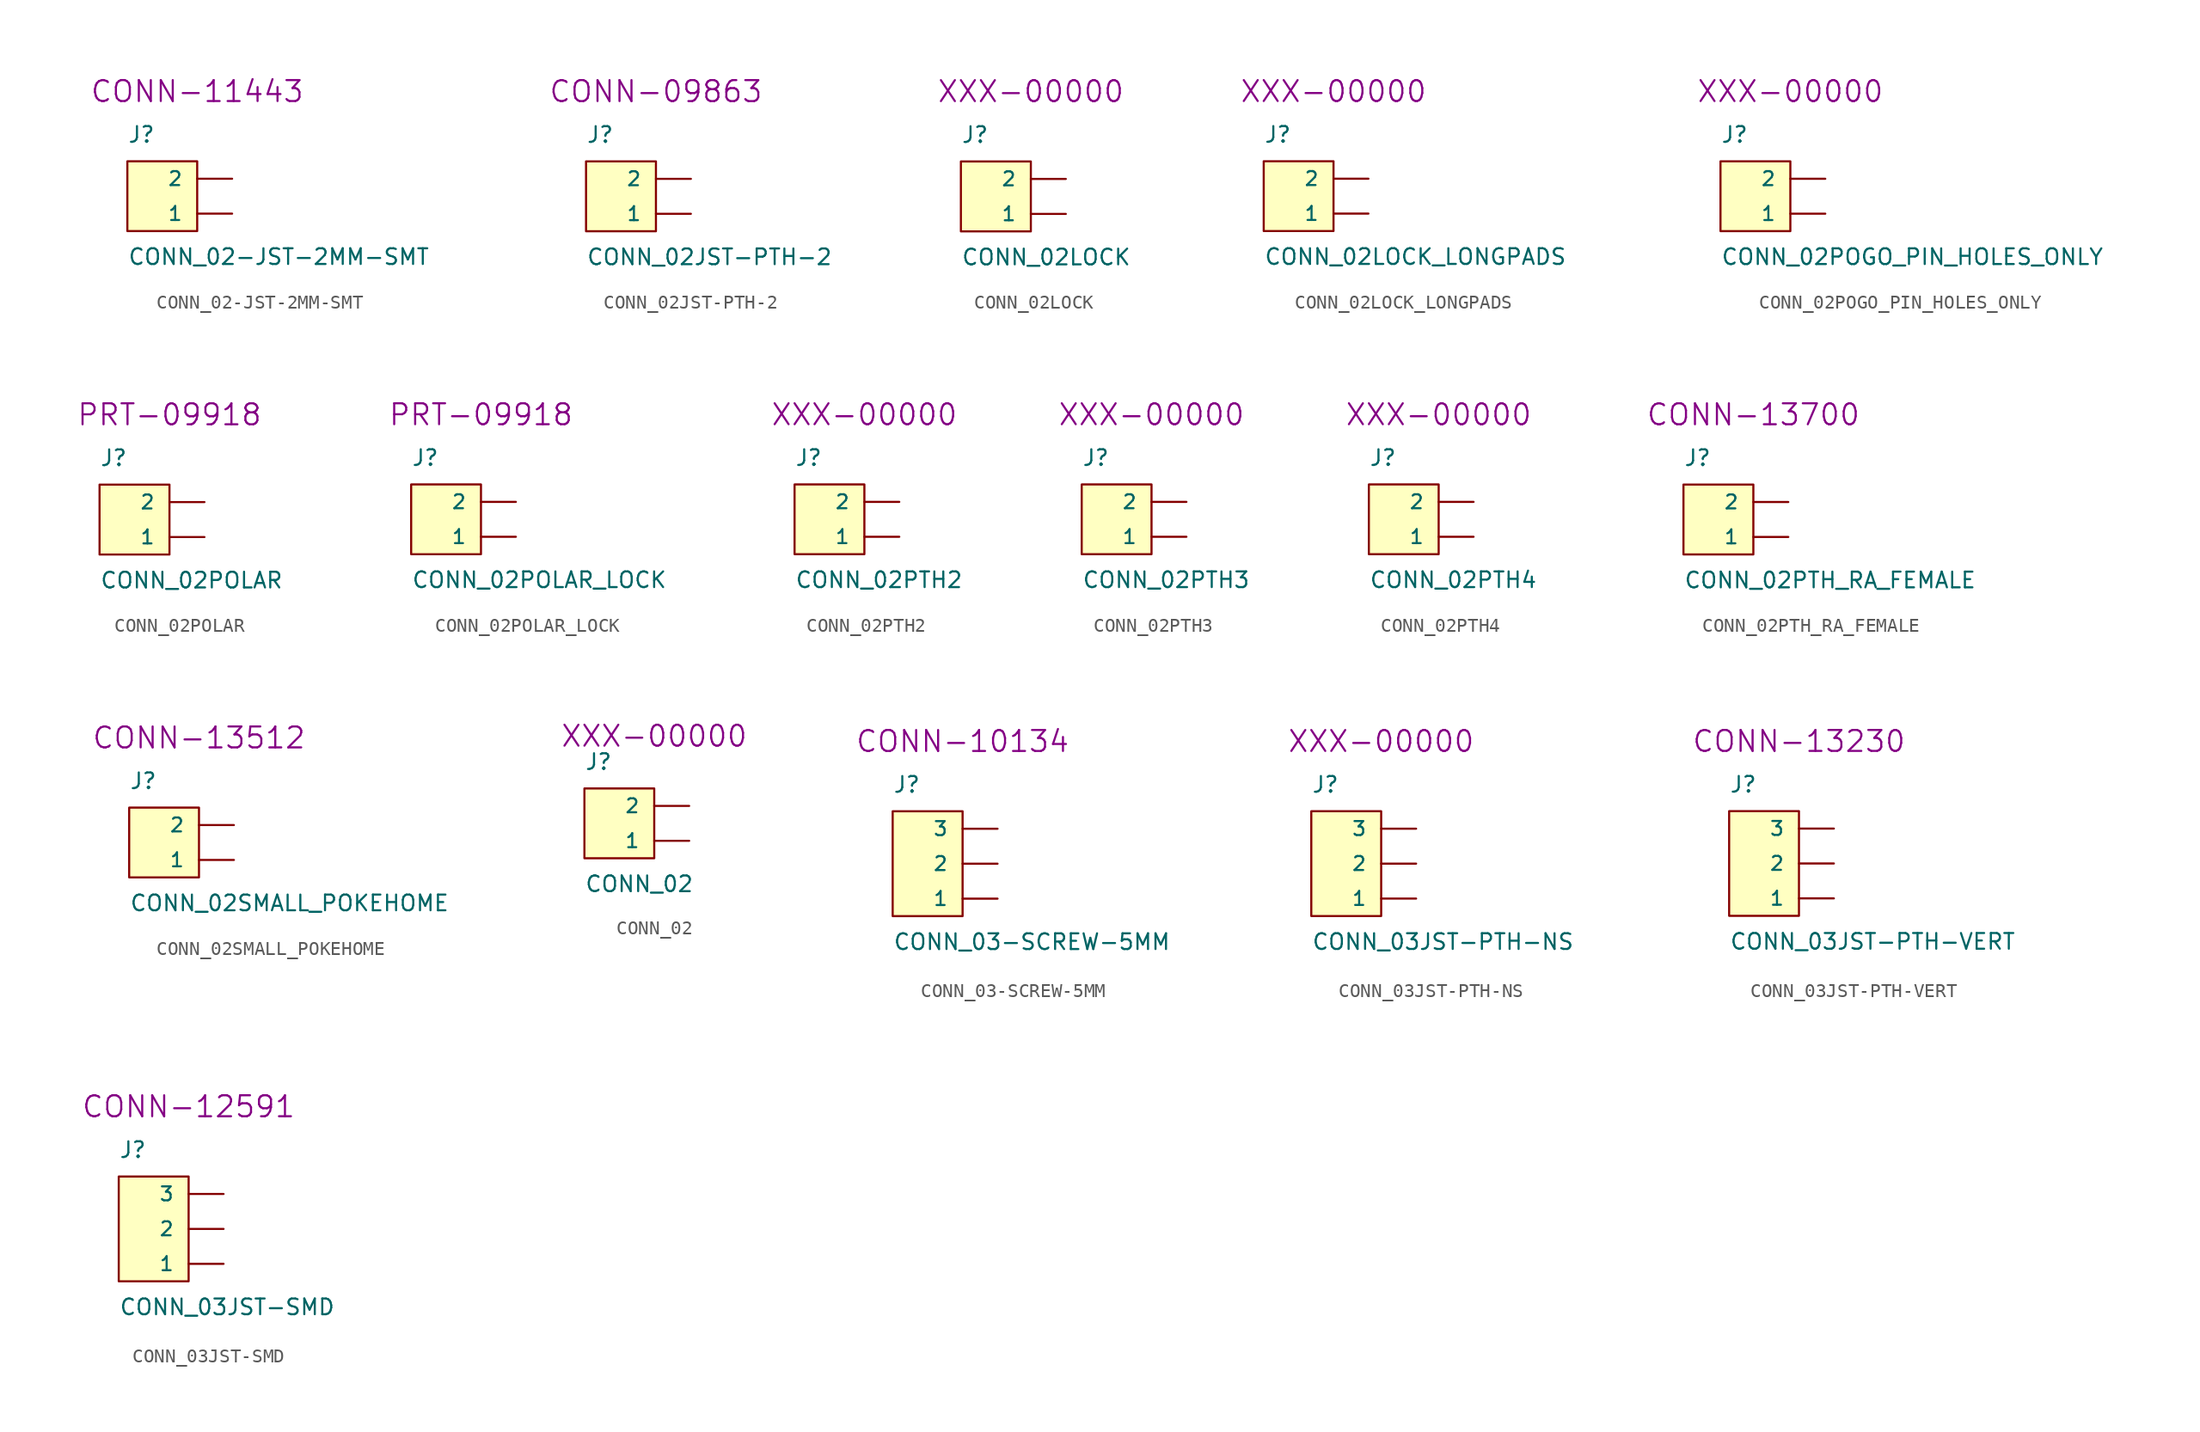
<source format=kicad_sym>
(kicad_symbol_lib
  (version 20201005)
  (generator kicad_symbol_editor)
  (symbol "CONN_02-JST-2MM-SMT"
    (pin_numbers hide)
    (pin_names
      (offset 1.016))
    (property "Reference" "J"
      (at -5.08 5.08 0)
      (effects (font (size 1.143 1.143)) (justify left bottom)))
    (property "Value" "CONN_02-JST-2MM-SMT"
      (at -5.08 -3.81 0)
      (effects (font (size 1.143 1.143)) (justify left bottom)))
    (property "Field4" "CONN-11443"
      (at 0 8.89 0)
      (effects (font (size 1.524 1.524))))
    (property "ki_locked" ""
      (at 0 0 0)
      (effects (font (size 1.27 1.27))))
    (symbol "CONN_02-JST-2MM-SMT_1_0"
      (rectangle (start 0 -1.27) (end -5.08 3.81) (stroke (width 0)) (fill (type background))))
    (symbol "CONN_02-JST-2MM-SMT_1_1"
      (pin passive line (at 2.54 0 180) (length 2.54) (name "1" (effects (font (size 1.016 1.016)))) (number "1" (effects (font (size 1.016 1.016)))))
      (pin passive line (at 2.54 2.54 180) (length 2.54) (name "2" (effects (font (size 1.016 1.016)))) (number "2" (effects (font (size 1.016 1.016)))))))
  (symbol "CONN_02JST-PTH-2"
    (pin_numbers hide)
    (pin_names
      (offset 1.016))
    (property "Reference" "J"
      (at -5.08 5.08 0)
      (effects (font (size 1.143 1.143)) (justify left bottom)))
    (property "Value" "CONN_02JST-PTH-2"
      (at -5.08 -3.81 0)
      (effects (font (size 1.143 1.143)) (justify left bottom)))
    (property "Field4" "CONN-09863"
      (at 0 8.89 0)
      (effects (font (size 1.524 1.524))))
    (property "ki_locked" ""
      (at 0 0 0)
      (effects (font (size 1.27 1.27))))
    (symbol "CONN_02JST-PTH-2_1_0"
      (rectangle (start 0 -1.27) (end -5.08 3.81) (stroke (width 0)) (fill (type background))))
    (symbol "CONN_02JST-PTH-2_1_1"
      (pin passive line (at 2.54 0 180) (length 2.54) (name "1" (effects (font (size 1.016 1.016)))) (number "1" (effects (font (size 1.016 1.016)))))
      (pin passive line (at 2.54 2.54 180) (length 2.54) (name "2" (effects (font (size 1.016 1.016)))) (number "2" (effects (font (size 1.016 1.016)))))))
  (symbol "CONN_02LOCK"
    (pin_numbers hide)
    (pin_names
      (offset 1.016))
    (property "Reference" "J"
      (at -5.08 5.08 0)
      (effects (font (size 1.143 1.143)) (justify left bottom)))
    (property "Value" "CONN_02LOCK"
      (at -5.08 -3.81 0)
      (effects (font (size 1.143 1.143)) (justify left bottom)))
    (property "Field4" "XXX-00000"
      (at 0 8.89 0)
      (effects (font (size 1.524 1.524))))
    (property "ki_locked" ""
      (at 0 0 0)
      (effects (font (size 1.27 1.27))))
    (symbol "CONN_02LOCK_1_0"
      (rectangle (start 0 -1.27) (end -5.08 3.81) (stroke (width 0)) (fill (type background))))
    (symbol "CONN_02LOCK_1_1"
      (pin passive line (at 2.54 0 180) (length 2.54) (name "1" (effects (font (size 1.016 1.016)))) (number "1" (effects (font (size 1.016 1.016)))))
      (pin passive line (at 2.54 2.54 180) (length 2.54) (name "2" (effects (font (size 1.016 1.016)))) (number "2" (effects (font (size 1.016 1.016)))))))
  (symbol "CONN_02LOCK_LONGPADS"
    (pin_numbers hide)
    (pin_names
      (offset 1.016))
    (property "Reference" "J"
      (at -5.08 5.08 0)
      (effects (font (size 1.143 1.143)) (justify left bottom)))
    (property "Value" "CONN_02LOCK_LONGPADS"
      (at -5.08 -3.81 0)
      (effects (font (size 1.143 1.143)) (justify left bottom)))
    (property "Field4" "XXX-00000"
      (at 0 8.89 0)
      (effects (font (size 1.524 1.524))))
    (property "ki_locked" ""
      (at 0 0 0)
      (effects (font (size 1.27 1.27))))
    (symbol "CONN_02LOCK_LONGPADS_1_0"
      (rectangle (start 0 -1.27) (end -5.08 3.81) (stroke (width 0)) (fill (type background))))
    (symbol "CONN_02LOCK_LONGPADS_1_1"
      (pin passive line (at 2.54 0 180) (length 2.54) (name "1" (effects (font (size 1.016 1.016)))) (number "1" (effects (font (size 1.016 1.016)))))
      (pin passive line (at 2.54 2.54 180) (length 2.54) (name "2" (effects (font (size 1.016 1.016)))) (number "2" (effects (font (size 1.016 1.016)))))))
  (symbol "CONN_02POGO_PIN_HOLES_ONLY"
    (pin_numbers hide)
    (pin_names
      (offset 1.016))
    (property "Reference" "J"
      (at -5.08 5.08 0)
      (effects (font (size 1.143 1.143)) (justify left bottom)))
    (property "Value" "CONN_02POGO_PIN_HOLES_ONLY"
      (at -5.08 -3.81 0)
      (effects (font (size 1.143 1.143)) (justify left bottom)))
    (property "Field4" "XXX-00000"
      (at 0 8.89 0)
      (effects (font (size 1.524 1.524))))
    (property "ki_locked" ""
      (at 0 0 0)
      (effects (font (size 1.27 1.27))))
    (symbol "CONN_02POGO_PIN_HOLES_ONLY_1_0"
      (rectangle (start 0 -1.27) (end -5.08 3.81) (stroke (width 0)) (fill (type background))))
    (symbol "CONN_02POGO_PIN_HOLES_ONLY_1_1"
      (pin passive line (at 2.54 0 180) (length 2.54) (name "1" (effects (font (size 1.016 1.016)))) (number "1" (effects (font (size 1.016 1.016)))))
      (pin passive line (at 2.54 2.54 180) (length 2.54) (name "2" (effects (font (size 1.016 1.016)))) (number "2" (effects (font (size 1.016 1.016)))))))
  (symbol "CONN_02POLAR"
    (pin_numbers hide)
    (pin_names
      (offset 1.016))
    (property "Reference" "J"
      (at -5.08 5.08 0)
      (effects (font (size 1.143 1.143)) (justify left bottom)))
    (property "Value" "CONN_02POLAR"
      (at -5.08 -3.81 0)
      (effects (font (size 1.143 1.143)) (justify left bottom)))
    (property "Field4" "PRT-09918"
      (at 0 8.89 0)
      (effects (font (size 1.524 1.524))))
    (property "ki_locked" ""
      (at 0 0 0)
      (effects (font (size 1.27 1.27))))
    (symbol "CONN_02POLAR_1_0"
      (rectangle (start 0 -1.27) (end -5.08 3.81) (stroke (width 0)) (fill (type background))))
    (symbol "CONN_02POLAR_1_1"
      (pin passive line (at 2.54 0 180) (length 2.54) (name "1" (effects (font (size 1.016 1.016)))) (number "1" (effects (font (size 1.016 1.016)))))
      (pin passive line (at 2.54 2.54 180) (length 2.54) (name "2" (effects (font (size 1.016 1.016)))) (number "2" (effects (font (size 1.016 1.016)))))))
  (symbol "CONN_02POLAR_LOCK"
    (pin_numbers hide)
    (pin_names
      (offset 1.016))
    (property "Reference" "J"
      (at -5.08 5.08 0)
      (effects (font (size 1.143 1.143)) (justify left bottom)))
    (property "Value" "CONN_02POLAR_LOCK"
      (at -5.08 -3.81 0)
      (effects (font (size 1.143 1.143)) (justify left bottom)))
    (property "Field4" "PRT-09918"
      (at 0 8.89 0)
      (effects (font (size 1.524 1.524))))
    (property "ki_locked" ""
      (at 0 0 0)
      (effects (font (size 1.27 1.27))))
    (symbol "CONN_02POLAR_LOCK_1_0"
      (rectangle (start 0 -1.27) (end -5.08 3.81) (stroke (width 0)) (fill (type background))))
    (symbol "CONN_02POLAR_LOCK_1_1"
      (pin passive line (at 2.54 0 180) (length 2.54) (name "1" (effects (font (size 1.016 1.016)))) (number "1" (effects (font (size 1.016 1.016)))))
      (pin passive line (at 2.54 2.54 180) (length 2.54) (name "2" (effects (font (size 1.016 1.016)))) (number "2" (effects (font (size 1.016 1.016)))))))
  (symbol "CONN_02PTH2"
    (pin_numbers hide)
    (pin_names
      (offset 1.016))
    (property "Reference" "J"
      (at -5.08 5.08 0)
      (effects (font (size 1.143 1.143)) (justify left bottom)))
    (property "Value" "CONN_02PTH2"
      (at -5.08 -3.81 0)
      (effects (font (size 1.143 1.143)) (justify left bottom)))
    (property "Field4" "XXX-00000"
      (at 0 8.89 0)
      (effects (font (size 1.524 1.524))))
    (property "ki_locked" ""
      (at 0 0 0)
      (effects (font (size 1.27 1.27))))
    (symbol "CONN_02PTH2_1_0"
      (rectangle (start 0 -1.27) (end -5.08 3.81) (stroke (width 0)) (fill (type background))))
    (symbol "CONN_02PTH2_1_1"
      (pin passive line (at 2.54 0 180) (length 2.54) (name "1" (effects (font (size 1.016 1.016)))) (number "1" (effects (font (size 1.016 1.016)))))
      (pin passive line (at 2.54 2.54 180) (length 2.54) (name "2" (effects (font (size 1.016 1.016)))) (number "2" (effects (font (size 1.016 1.016)))))))
  (symbol "CONN_02PTH3"
    (pin_numbers hide)
    (pin_names
      (offset 1.016))
    (property "Reference" "J"
      (at -5.08 5.08 0)
      (effects (font (size 1.143 1.143)) (justify left bottom)))
    (property "Value" "CONN_02PTH3"
      (at -5.08 -3.81 0)
      (effects (font (size 1.143 1.143)) (justify left bottom)))
    (property "Field4" "XXX-00000"
      (at 0 8.89 0)
      (effects (font (size 1.524 1.524))))
    (property "ki_locked" ""
      (at 0 0 0)
      (effects (font (size 1.27 1.27))))
    (symbol "CONN_02PTH3_1_0"
      (rectangle (start 0 -1.27) (end -5.08 3.81) (stroke (width 0)) (fill (type background))))
    (symbol "CONN_02PTH3_1_1"
      (pin passive line (at 2.54 0 180) (length 2.54) (name "1" (effects (font (size 1.016 1.016)))) (number "1" (effects (font (size 1.016 1.016)))))
      (pin passive line (at 2.54 2.54 180) (length 2.54) (name "2" (effects (font (size 1.016 1.016)))) (number "2" (effects (font (size 1.016 1.016)))))))
  (symbol "CONN_02PTH4"
    (pin_numbers hide)
    (pin_names
      (offset 1.016))
    (property "Reference" "J"
      (at -5.08 5.08 0)
      (effects (font (size 1.143 1.143)) (justify left bottom)))
    (property "Value" "CONN_02PTH4"
      (at -5.08 -3.81 0)
      (effects (font (size 1.143 1.143)) (justify left bottom)))
    (property "Field4" "XXX-00000"
      (at 0 8.89 0)
      (effects (font (size 1.524 1.524))))
    (property "ki_locked" ""
      (at 0 0 0)
      (effects (font (size 1.27 1.27))))
    (symbol "CONN_02PTH4_1_0"
      (rectangle (start 0 -1.27) (end -5.08 3.81) (stroke (width 0)) (fill (type background))))
    (symbol "CONN_02PTH4_1_1"
      (pin passive line (at 2.54 0 180) (length 2.54) (name "1" (effects (font (size 1.016 1.016)))) (number "1" (effects (font (size 1.016 1.016)))))
      (pin passive line (at 2.54 2.54 180) (length 2.54) (name "2" (effects (font (size 1.016 1.016)))) (number "2" (effects (font (size 1.016 1.016)))))))
  (symbol "CONN_02PTH_RA_FEMALE"
    (pin_numbers hide)
    (pin_names
      (offset 1.016))
    (property "Reference" "J"
      (at -5.08 5.08 0)
      (effects (font (size 1.143 1.143)) (justify left bottom)))
    (property "Value" "CONN_02PTH_RA_FEMALE"
      (at -5.08 -3.81 0)
      (effects (font (size 1.143 1.143)) (justify left bottom)))
    (property "Field4" "CONN-13700"
      (at 0 8.89 0)
      (effects (font (size 1.524 1.524))))
    (property "ki_locked" ""
      (at 0 0 0)
      (effects (font (size 1.27 1.27))))
    (symbol "CONN_02PTH_RA_FEMALE_1_0"
      (rectangle (start 0 -1.27) (end -5.08 3.81) (stroke (width 0)) (fill (type background))))
    (symbol "CONN_02PTH_RA_FEMALE_1_1"
      (pin passive line (at 2.54 0 180) (length 2.54) (name "1" (effects (font (size 1.016 1.016)))) (number "1" (effects (font (size 1.016 1.016)))))
      (pin passive line (at 2.54 2.54 180) (length 2.54) (name "2" (effects (font (size 1.016 1.016)))) (number "2" (effects (font (size 1.016 1.016)))))))
  (symbol "CONN_02SMALL_POKEHOME"
    (pin_numbers hide)
    (pin_names
      (offset 1.016))
    (property "Reference" "J"
      (at -5.08 5.08 0)
      (effects (font (size 1.143 1.143)) (justify left bottom)))
    (property "Value" "CONN_02SMALL_POKEHOME"
      (at -5.08 -3.81 0)
      (effects (font (size 1.143 1.143)) (justify left bottom)))
    (property "Field4" "CONN-13512"
      (at 0 8.89 0)
      (effects (font (size 1.524 1.524))))
    (property "ki_locked" ""
      (at 0 0 0)
      (effects (font (size 1.27 1.27))))
    (symbol "CONN_02SMALL_POKEHOME_0_1"
      (rectangle (start 0 -1.27) (end -5.08 3.81) (stroke (width 0)) (fill (type background))))
    (symbol "CONN_02SMALL_POKEHOME_1_1"
      (pin passive line (at 2.54 0 180) (length 2.54) (name "1" (effects (font (size 1.016 1.016)))) (number "P1" (effects (font (size 1.016 1.016)))))
      (pin passive line (at 2.54 2.54 180) (length 2.54) (name "2" (effects (font (size 1.016 1.016)))) (number "P2" (effects (font (size 1.016 1.016)))))
      (pin passive line (at 2.54 0 180) (length 2.54) hide (name "1" (effects (font (size 1.016 1.016)))) (number "P3" (effects (font (size 1.016 1.016)))))
      (pin passive line (at 2.54 2.54 180) (length 2.54) hide (name "2" (effects (font (size 1.016 1.016)))) (number "P4" (effects (font (size 1.016 1.016)))))))
  (symbol "CONN_02"
    (pin_numbers hide)
    (pin_names
      (offset 1.016))
    (property "Reference" "J"
      (at -5.08 5.08 0)
      (effects (font (size 1.143 1.143)) (justify left bottom)))
    (property "Value" "CONN_02"
      (at -5.08 -3.81 0)
      (effects (font (size 1.143 1.143)) (justify left bottom)))
    (property "Field4" "XXX-00000"
      (at 0 7.62 0)
      (effects (font (size 1.524 1.524))))
    (property "ki_locked" ""
      (at 0 0 0)
      (effects (font (size 1.27 1.27))))
    (symbol "CONN_02_1_0"
      (rectangle (start 0 -1.27) (end -5.08 3.81) (stroke (width 0)) (fill (type background))))
    (symbol "CONN_02_1_1"
      (pin passive line (at 2.54 0 180) (length 2.54) (name "1" (effects (font (size 1.016 1.016)))) (number "1" (effects (font (size 1.016 1.016)))))
      (pin passive line (at 2.54 2.54 180) (length 2.54) (name "2" (effects (font (size 1.016 1.016)))) (number "2" (effects (font (size 1.016 1.016)))))))
  (symbol "CONN_03-SCREW-5MM"
    (pin_numbers hide)
    (pin_names
      (offset 1.016))
    (property "Reference" "J"
      (at -5.08 7.62 0)
      (effects (font (size 1.143 1.143)) (justify left bottom)))
    (property "Value" "CONN_03-SCREW-5MM"
      (at -5.08 -3.81 0)
      (effects (font (size 1.143 1.143)) (justify left bottom)))
    (property "Field4" "CONN-10134"
      (at 0 11.43 0)
      (effects (font (size 1.524 1.524))))
    (property "ki_locked" ""
      (at 0 0 0)
      (effects (font (size 1.27 1.27))))
    (symbol "CONN_03-SCREW-5MM_0_1"
      (rectangle (start 0 -1.27) (end -5.08 6.35) (stroke (width 0)) (fill (type background))))
    (symbol "CONN_03-SCREW-5MM_1_1"
      (pin passive line (at 2.54 0 180) (length 2.54) (name "1" (effects (font (size 1.016 1.016)))) (number "1" (effects (font (size 1.016 1.016)))))
      (pin passive line (at 2.54 2.54 180) (length 2.54) (name "2" (effects (font (size 1.016 1.016)))) (number "2" (effects (font (size 1.016 1.016)))))
      (pin passive line (at 2.54 5.08 180) (length 2.54) (name "3" (effects (font (size 1.016 1.016)))) (number "3" (effects (font (size 1.016 1.016)))))))
  (symbol "CONN_03JST-PTH-NS"
    (pin_numbers hide)
    (pin_names
      (offset 1.016))
    (property "Reference" "J"
      (at -5.08 7.62 0)
      (effects (font (size 1.143 1.143)) (justify left bottom)))
    (property "Value" "CONN_03JST-PTH-NS"
      (at -5.08 -3.81 0)
      (effects (font (size 1.143 1.143)) (justify left bottom)))
    (property "Field4" "XXX-00000"
      (at 0 11.43 0)
      (effects (font (size 1.524 1.524))))
    (property "ki_locked" ""
      (at 0 0 0)
      (effects (font (size 1.27 1.27))))
    (symbol "CONN_03JST-PTH-NS_0_1"
      (rectangle (start 0 -1.27) (end -5.08 6.35) (stroke (width 0)) (fill (type background))))
    (symbol "CONN_03JST-PTH-NS_1_1"
      (pin passive line (at 2.54 0 180) (length 2.54) (name "1" (effects (font (size 1.016 1.016)))) (number "1" (effects (font (size 1.016 1.016)))))
      (pin passive line (at 2.54 2.54 180) (length 2.54) (name "2" (effects (font (size 1.016 1.016)))) (number "2" (effects (font (size 1.016 1.016)))))
      (pin passive line (at 2.54 5.08 180) (length 2.54) (name "3" (effects (font (size 1.016 1.016)))) (number "3" (effects (font (size 1.016 1.016)))))))
  (symbol "CONN_03JST-PTH-VERT"
    (pin_numbers hide)
    (pin_names
      (offset 1.016))
    (property "Reference" "J"
      (at -5.08 7.62 0)
      (effects (font (size 1.143 1.143)) (justify left bottom)))
    (property "Value" "CONN_03JST-PTH-VERT"
      (at -5.08 -3.81 0)
      (effects (font (size 1.143 1.143)) (justify left bottom)))
    (property "Field4" "CONN-13230"
      (at 0 11.43 0)
      (effects (font (size 1.524 1.524))))
    (property "ki_locked" ""
      (at 0 0 0)
      (effects (font (size 1.27 1.27))))
    (symbol "CONN_03JST-PTH-VERT_0_1"
      (rectangle (start 0 -1.27) (end -5.08 6.35) (stroke (width 0)) (fill (type background))))
    (symbol "CONN_03JST-PTH-VERT_1_1"
      (pin passive line (at 2.54 0 180) (length 2.54) (name "1" (effects (font (size 1.016 1.016)))) (number "1" (effects (font (size 1.016 1.016)))))
      (pin passive line (at 2.54 2.54 180) (length 2.54) (name "2" (effects (font (size 1.016 1.016)))) (number "2" (effects (font (size 1.016 1.016)))))
      (pin passive line (at 2.54 5.08 180) (length 2.54) (name "3" (effects (font (size 1.016 1.016)))) (number "3" (effects (font (size 1.016 1.016)))))))
  (symbol "CONN_03JST-SMD"
    (pin_numbers hide)
    (pin_names
      (offset 1.016))
    (property "Reference" "J"
      (at -5.08 7.62 0)
      (effects (font (size 1.143 1.143)) (justify left bottom)))
    (property "Value" "CONN_03JST-SMD"
      (at -5.08 -3.81 0)
      (effects (font (size 1.143 1.143)) (justify left bottom)))
    (property "Field4" "CONN-12591"
      (at 0 11.43 0)
      (effects (font (size 1.524 1.524))))
    (property "ki_locked" ""
      (at 0 0 0)
      (effects (font (size 1.27 1.27))))
    (symbol "CONN_03JST-SMD_0_1"
      (rectangle (start 0 -1.27) (end -5.08 6.35) (stroke (width 0)) (fill (type background))))
    (symbol "CONN_03JST-SMD_1_1"
      (pin passive line (at 2.54 0 180) (length 2.54) (name "1" (effects (font (size 1.016 1.016)))) (number "1" (effects (font (size 1.016 1.016)))))
      (pin passive line (at 2.54 2.54 180) (length 2.54) (name "2" (effects (font (size 1.016 1.016)))) (number "2" (effects (font (size 1.016 1.016)))))
      (pin passive line (at 2.54 5.08 180) (length 2.54) (name "3" (effects (font (size 1.016 1.016)))) (number "3" (effects (font (size 1.016 1.016))))))))
</source>
